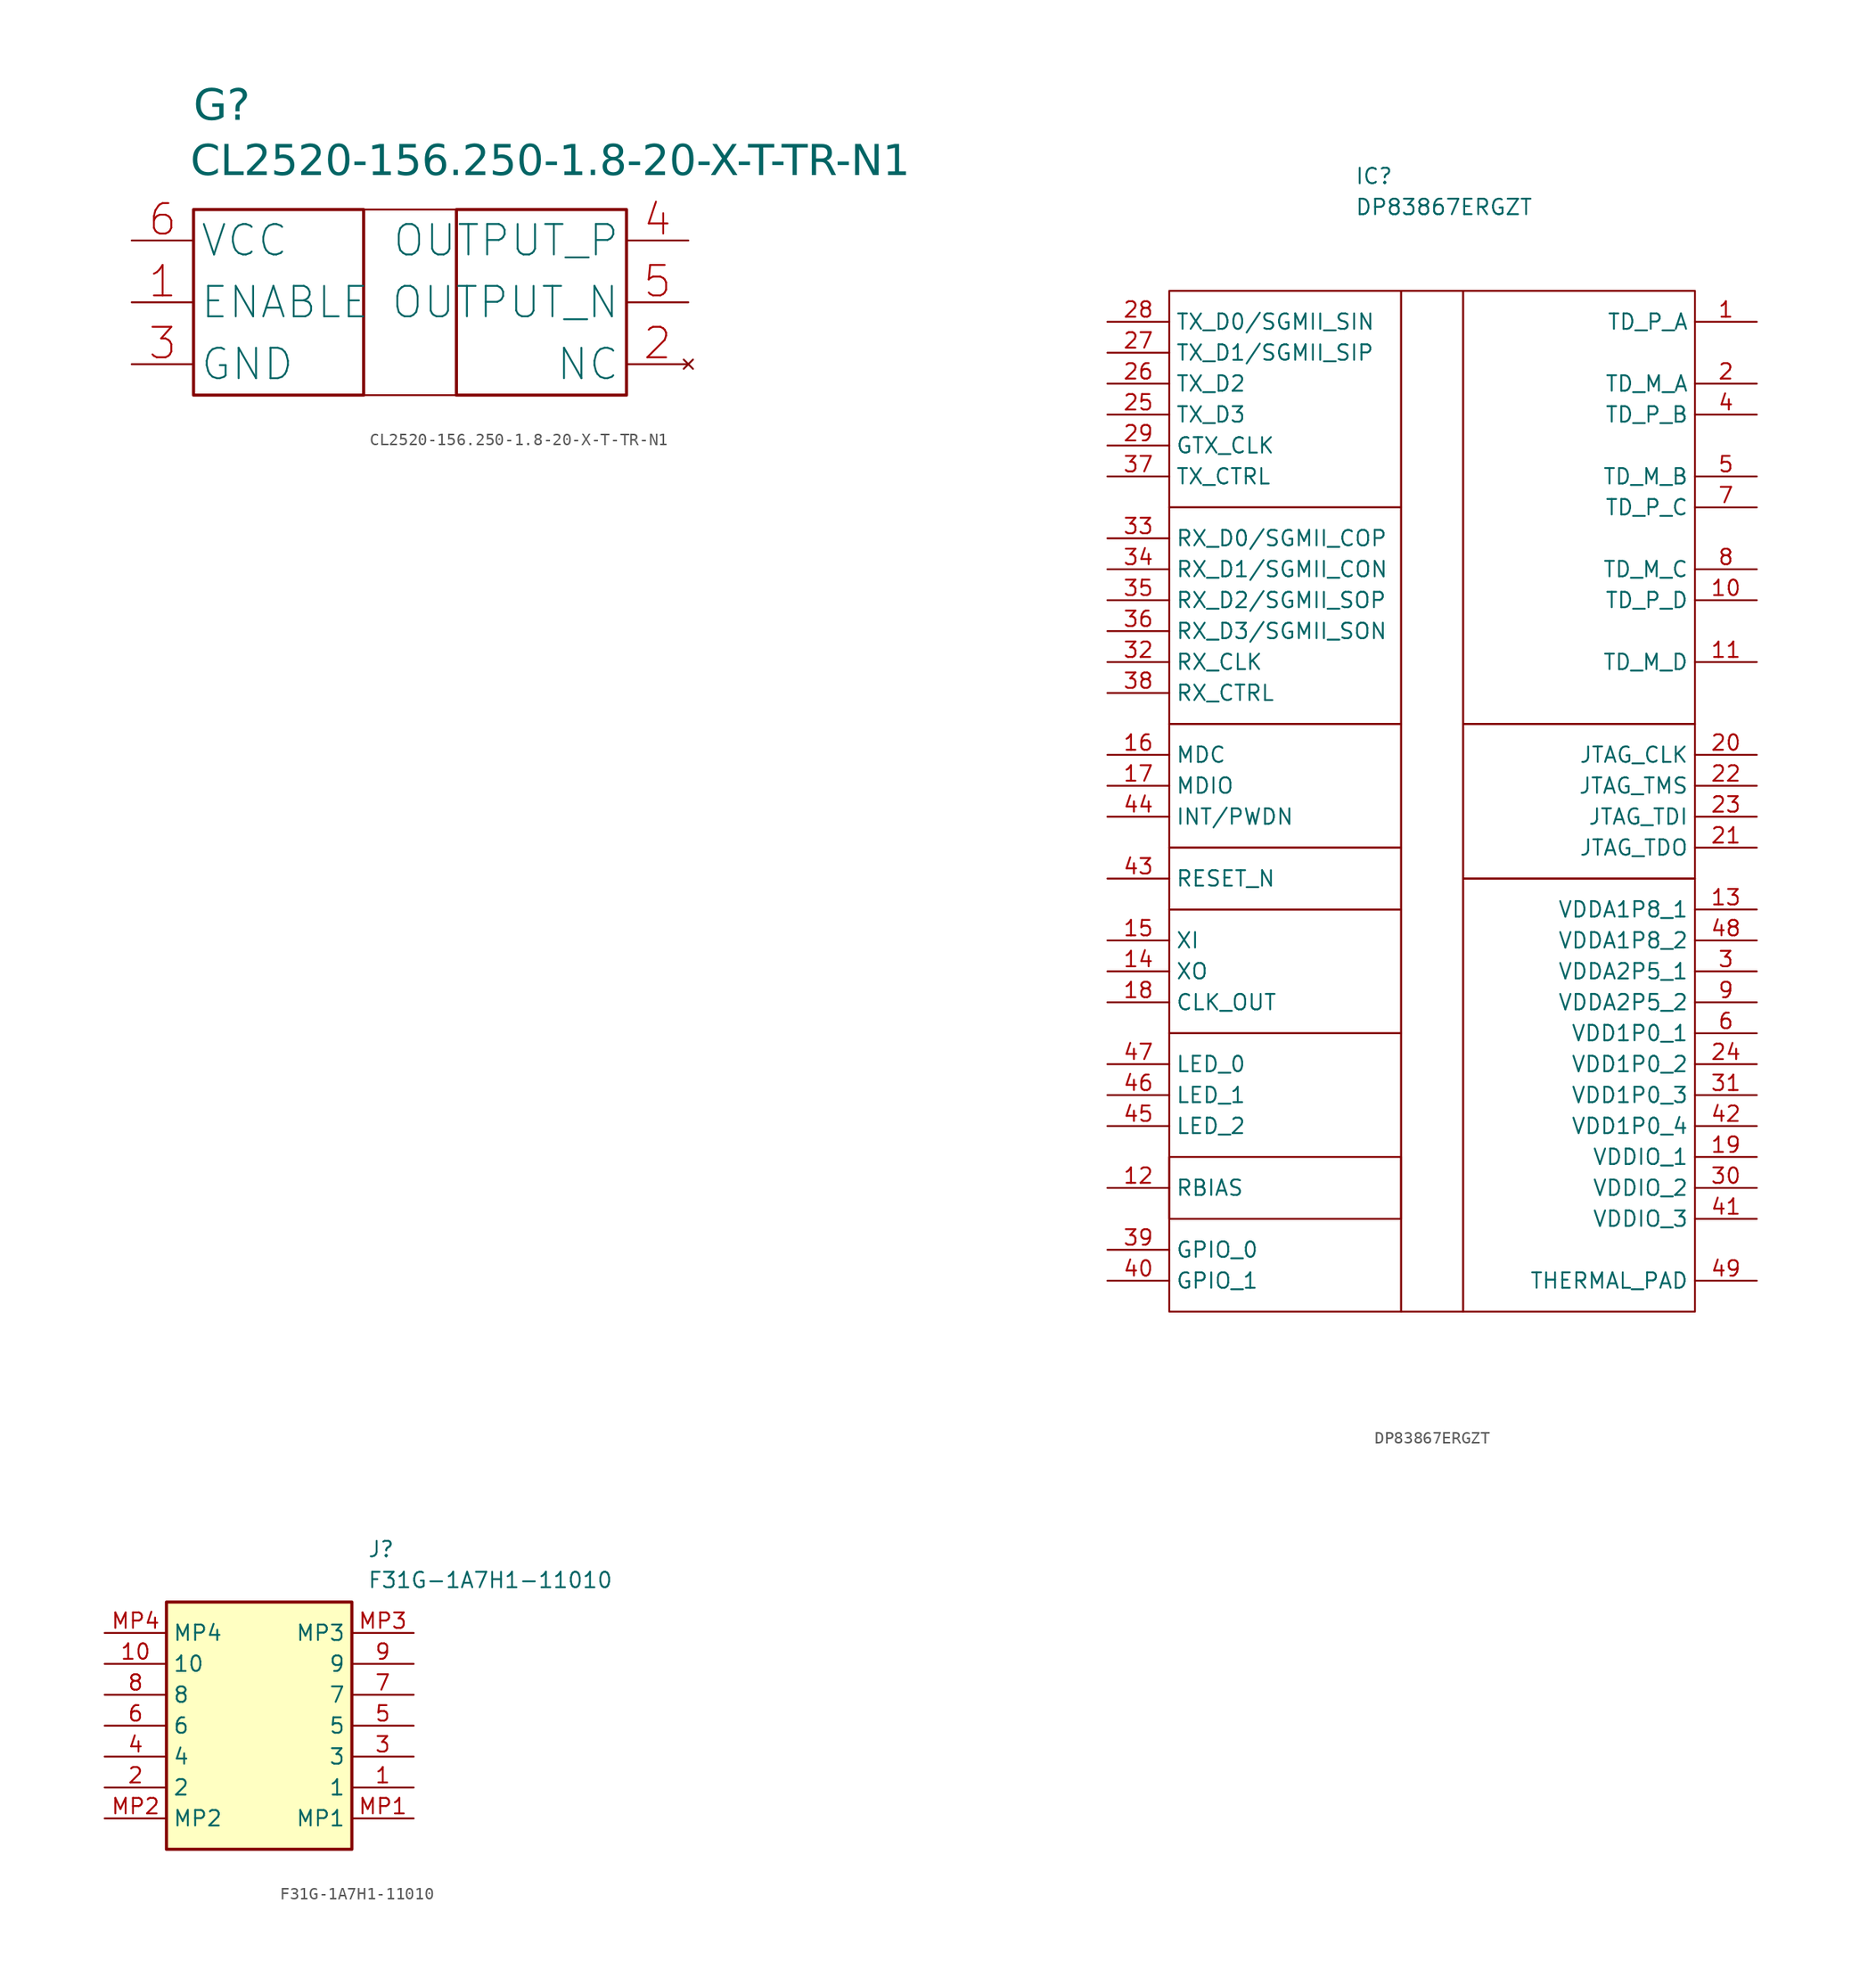
<source format=kicad_sym>
(kicad_symbol_lib
  (version 20241209)
  (generator "kicad_symbol_editor")
  (generator_version "9.0")
  (symbol "CL2520-156.250-1.8-20-X-T-TR-N1"
    (property "Reference" "G"
      (at -17.78 9.906 0)
      (effects (font (face "GOST type A") (size 2.54 2.54) (italic yes)) (justify left top)))
    (property "Value" "CL2520-156.250-1.8-20-X-T-TR-N1"
      (at -18.034 5.334 0)
      (effects (font (face "GOST type A") (size 2.5 2.5) (italic yes)) (justify left top)))
    (symbol "CL2520-156.250-1.8-20-X-T-TR-N1_0_1"
      (rectangle (start -3.81 0) (end 3.81 -15.24) (stroke (width 0) (type default)) (fill (type none))))
    (symbol "CL2520-156.250-1.8-20-X-T-TR-N1_1_1"
      (rectangle (start -17.78 0) (end -3.81 -15.24) (stroke (width 0.254) (type solid)) (fill (type none)))
      (rectangle (start 3.81 0) (end 17.78 -15.24) (stroke (width 0.254) (type solid)) (fill (type none)))
      (pin passive line (at -22.86 -2.54 0) (length 5.08) (name "VCC" (effects (font (size 2.5 2.5)))) (number "6" (effects (font (size 2.5 2.5)))))
      (pin passive line (at -22.86 -7.62 0) (length 5.08) (name "ENABLE" (effects (font (size 2.5 2.5)))) (number "1" (effects (font (size 2.5 2.5)))))
      (pin passive line (at -22.86 -12.7 0) (length 5.08) (name "GND" (effects (font (size 2.5 2.5)))) (number "3" (effects (font (size 2.5 2.5)))))
      (pin passive line (at 22.86 -2.54 180) (length 5.08) (name "OUTPUT_P" (effects (font (size 2.5 2.5)))) (number "4" (effects (font (size 2.5 2.5)))))
      (pin passive line (at 22.86 -7.62 180) (length 5.08) (name "OUTPUT_N" (effects (font (size 2.5 2.5)))) (number "5" (effects (font (size 2.5 2.5)))))
      (pin no_connect line (at 22.86 -12.7 180) (length 5.08) (name "NC" (effects (font (size 2.5 2.5)))) (number "2" (effects (font (size 2.5 2.5)))))))
  (symbol "DP83867ERGZT"
    (property "Reference" "IC"
      (at -6.35 45.72 0)
      (effects (font (size 1.27 1.27)) (justify left top)))
    (property "Value" "DP83867ERGZT"
      (at -6.35 43.18 0)
      (effects (font (size 1.27 1.27)) (justify left top)))
    (symbol "DP83867ERGZT_0_1"
      (rectangle (start -21.59 35.56) (end -2.54 17.78) (stroke (width 0) (type default)) (fill (type none)))
      (rectangle (start -21.59 17.78) (end -2.54 0) (stroke (width 0) (type default)) (fill (type none)))
      (rectangle (start -21.59 0) (end -2.54 -10.16) (stroke (width 0) (type default)) (fill (type none)))
      (rectangle (start -21.59 -10.16) (end -2.54 -15.24) (stroke (width 0) (type default)) (fill (type none)))
      (rectangle (start -21.59 -15.24) (end -2.54 -25.4) (stroke (width 0) (type default)) (fill (type none)))
      (rectangle (start -21.59 -25.4) (end -2.54 -48.26) (stroke (width 0) (type default)) (fill (type none)))
      (rectangle (start -21.59 -35.56) (end -2.54 -40.64) (stroke (width 0) (type default)) (fill (type none)))
      (rectangle (start -2.54 35.56) (end 2.54 -48.26) (stroke (width 0) (type default)) (fill (type none)))
      (rectangle (start 2.54 35.56) (end 21.59 0) (stroke (width 0) (type default)) (fill (type none)))
      (rectangle (start 2.54 0) (end 21.59 -12.7) (stroke (width 0) (type default)) (fill (type none)))
      (rectangle (start 2.54 -12.7) (end 21.59 -48.26) (stroke (width 0) (type default)) (fill (type none))))
    (symbol "DP83867ERGZT_1_1"
      (pin passive line (at -26.67 33.02 0) (length 5.08) (name "TX_D0/SGMII_SIN" (effects (font (size 1.27 1.27)))) (number "28" (effects (font (size 1.27 1.27)))))
      (pin passive line (at -26.67 30.48 0) (length 5.08) (name "TX_D1/SGMII_SIP" (effects (font (size 1.27 1.27)))) (number "27" (effects (font (size 1.27 1.27)))))
      (pin passive line (at -26.67 27.94 0) (length 5.08) (name "TX_D2" (effects (font (size 1.27 1.27)))) (number "26" (effects (font (size 1.27 1.27)))))
      (pin passive line (at -26.67 25.4 0) (length 5.08) (name "TX_D3" (effects (font (size 1.27 1.27)))) (number "25" (effects (font (size 1.27 1.27)))))
      (pin passive line (at -26.67 22.86 0) (length 5.08) (name "GTX_CLK" (effects (font (size 1.27 1.27)))) (number "29" (effects (font (size 1.27 1.27)))))
      (pin passive line (at -26.67 20.32 0) (length 5.08) (name "TX_CTRL" (effects (font (size 1.27 1.27)))) (number "37" (effects (font (size 1.27 1.27)))))
      (pin passive line (at -26.67 15.24 0) (length 5.08) (name "RX_D0/SGMII_COP" (effects (font (size 1.27 1.27)))) (number "33" (effects (font (size 1.27 1.27)))))
      (pin passive line (at -26.67 12.7 0) (length 5.08) (name "RX_D1/SGMII_CON" (effects (font (size 1.27 1.27)))) (number "34" (effects (font (size 1.27 1.27)))))
      (pin passive line (at -26.67 10.16 0) (length 5.08) (name "RX_D2/SGMII_SOP" (effects (font (size 1.27 1.27)))) (number "35" (effects (font (size 1.27 1.27)))))
      (pin passive line (at -26.67 7.62 0) (length 5.08) (name "RX_D3/SGMII_SON" (effects (font (size 1.27 1.27)))) (number "36" (effects (font (size 1.27 1.27)))))
      (pin passive line (at -26.67 5.08 0) (length 5.08) (name "RX_CLK" (effects (font (size 1.27 1.27)))) (number "32" (effects (font (size 1.27 1.27)))))
      (pin passive line (at -26.67 2.54 0) (length 5.08) (name "RX_CTRL" (effects (font (size 1.27 1.27)))) (number "38" (effects (font (size 1.27 1.27)))))
      (pin passive line (at -26.67 -2.54 0) (length 5.08) (name "MDC" (effects (font (size 1.27 1.27)))) (number "16" (effects (font (size 1.27 1.27)))))
      (pin passive line (at -26.67 -5.08 0) (length 5.08) (name "MDIO" (effects (font (size 1.27 1.27)))) (number "17" (effects (font (size 1.27 1.27)))))
      (pin passive line (at -26.67 -7.62 0) (length 5.08) (name "INT/PWDN" (effects (font (size 1.27 1.27)))) (number "44" (effects (font (size 1.27 1.27)))))
      (pin passive line (at -26.67 -12.7 0) (length 5.08) (name "RESET_N" (effects (font (size 1.27 1.27)))) (number "43" (effects (font (size 1.27 1.27)))))
      (pin passive line (at -26.67 -17.78 0) (length 5.08) (name "XI" (effects (font (size 1.27 1.27)))) (number "15" (effects (font (size 1.27 1.27)))))
      (pin passive line (at -26.67 -20.32 0) (length 5.08) (name "XO" (effects (font (size 1.27 1.27)))) (number "14" (effects (font (size 1.27 1.27)))))
      (pin passive line (at -26.67 -22.86 0) (length 5.08) (name "CLK_OUT" (effects (font (size 1.27 1.27)))) (number "18" (effects (font (size 1.27 1.27)))))
      (pin passive line (at -26.67 -27.94 0) (length 5.08) (name "LED_0" (effects (font (size 1.27 1.27)))) (number "47" (effects (font (size 1.27 1.27)))))
      (pin passive line (at -26.67 -30.48 0) (length 5.08) (name "LED_1" (effects (font (size 1.27 1.27)))) (number "46" (effects (font (size 1.27 1.27)))))
      (pin passive line (at -26.67 -33.02 0) (length 5.08) (name "LED_2" (effects (font (size 1.27 1.27)))) (number "45" (effects (font (size 1.27 1.27)))))
      (pin passive line (at -26.67 -38.1 0) (length 5.08) (name "RBIAS" (effects (font (size 1.27 1.27)))) (number "12" (effects (font (size 1.27 1.27)))))
      (pin passive line (at -26.67 -43.18 0) (length 5.08) (name "GPIO_0" (effects (font (size 1.27 1.27)))) (number "39" (effects (font (size 1.27 1.27)))))
      (pin passive line (at -26.67 -45.72 0) (length 5.08) (name "GPIO_1" (effects (font (size 1.27 1.27)))) (number "40" (effects (font (size 1.27 1.27)))))
      (pin passive line (at 26.67 33.02 180) (length 5.08) (name "TD_P_A" (effects (font (size 1.27 1.27)))) (number "1" (effects (font (size 1.27 1.27)))))
      (pin passive line (at 26.67 27.94 180) (length 5.08) (name "TD_M_A" (effects (font (size 1.27 1.27)))) (number "2" (effects (font (size 1.27 1.27)))))
      (pin passive line (at 26.67 25.4 180) (length 5.08) (name "TD_P_B" (effects (font (size 1.27 1.27)))) (number "4" (effects (font (size 1.27 1.27)))))
      (pin passive line (at 26.67 20.32 180) (length 5.08) (name "TD_M_B" (effects (font (size 1.27 1.27)))) (number "5" (effects (font (size 1.27 1.27)))))
      (pin passive line (at 26.67 17.78 180) (length 5.08) (name "TD_P_C" (effects (font (size 1.27 1.27)))) (number "7" (effects (font (size 1.27 1.27)))))
      (pin passive line (at 26.67 12.7 180) (length 5.08) (name "TD_M_C" (effects (font (size 1.27 1.27)))) (number "8" (effects (font (size 1.27 1.27)))))
      (pin passive line (at 26.67 10.16 180) (length 5.08) (name "TD_P_D" (effects (font (size 1.27 1.27)))) (number "10" (effects (font (size 1.27 1.27)))))
      (pin passive line (at 26.67 5.08 180) (length 5.08) (name "TD_M_D" (effects (font (size 1.27 1.27)))) (number "11" (effects (font (size 1.27 1.27)))))
      (pin passive line (at 26.67 -2.54 180) (length 5.08) (name "JTAG_CLK" (effects (font (size 1.27 1.27)))) (number "20" (effects (font (size 1.27 1.27)))))
      (pin passive line (at 26.67 -5.08 180) (length 5.08) (name "JTAG_TMS" (effects (font (size 1.27 1.27)))) (number "22" (effects (font (size 1.27 1.27)))))
      (pin passive line (at 26.67 -7.62 180) (length 5.08) (name "JTAG_TDI" (effects (font (size 1.27 1.27)))) (number "23" (effects (font (size 1.27 1.27)))))
      (pin passive line (at 26.67 -10.16 180) (length 5.08) (name "JTAG_TDO" (effects (font (size 1.27 1.27)))) (number "21" (effects (font (size 1.27 1.27)))))
      (pin passive line (at 26.67 -15.24 180) (length 5.08) (name "VDDA1P8_1" (effects (font (size 1.27 1.27)))) (number "13" (effects (font (size 1.27 1.27)))))
      (pin passive line (at 26.67 -17.78 180) (length 5.08) (name "VDDA1P8_2" (effects (font (size 1.27 1.27)))) (number "48" (effects (font (size 1.27 1.27)))))
      (pin passive line (at 26.67 -20.32 180) (length 5.08) (name "VDDA2P5_1" (effects (font (size 1.27 1.27)))) (number "3" (effects (font (size 1.27 1.27)))))
      (pin passive line (at 26.67 -22.86 180) (length 5.08) (name "VDDA2P5_2" (effects (font (size 1.27 1.27)))) (number "9" (effects (font (size 1.27 1.27)))))
      (pin passive line (at 26.67 -25.4 180) (length 5.08) (name "VDD1P0_1" (effects (font (size 1.27 1.27)))) (number "6" (effects (font (size 1.27 1.27)))))
      (pin passive line (at 26.67 -27.94 180) (length 5.08) (name "VDD1P0_2" (effects (font (size 1.27 1.27)))) (number "24" (effects (font (size 1.27 1.27)))))
      (pin passive line (at 26.67 -30.48 180) (length 5.08) (name "VDD1P0_3" (effects (font (size 1.27 1.27)))) (number "31" (effects (font (size 1.27 1.27)))))
      (pin passive line (at 26.67 -33.02 180) (length 5.08) (name "VDD1P0_4" (effects (font (size 1.27 1.27)))) (number "42" (effects (font (size 1.27 1.27)))))
      (pin passive line (at 26.67 -35.56 180) (length 5.08) (name "VDDIO_1" (effects (font (size 1.27 1.27)))) (number "19" (effects (font (size 1.27 1.27)))))
      (pin passive line (at 26.67 -38.1 180) (length 5.08) (name "VDDIO_2" (effects (font (size 1.27 1.27)))) (number "30" (effects (font (size 1.27 1.27)))))
      (pin passive line (at 26.67 -40.64 180) (length 5.08) (name "VDDIO_3" (effects (font (size 1.27 1.27)))) (number "41" (effects (font (size 1.27 1.27)))))
      (pin passive line (at 26.67 -45.72 180) (length 5.08) (name "THERMAL_PAD" (effects (font (size 1.27 1.27)))) (number "49" (effects (font (size 1.27 1.27)))))))
  (symbol "F31G-1A7H1-11010"
    (property "Reference" "J"
      (at 21.59 7.62 0)
      (effects (font (size 1.27 1.27)) (justify left top)))
    (property "Value" "F31G-1A7H1-11010"
      (at 21.59 5.08 0)
      (effects (font (size 1.27 1.27)) (justify left top)))
    (symbol "F31G-1A7H1-11010_1_1"
      (rectangle (start 5.08 2.54) (end 20.32 -17.78) (stroke (width 0.254) (type default)) (fill (type background)))
      (pin passive line (at 0 0 0) (length 5.08) (name "MP4" (effects (font (size 1.27 1.27)))) (number "MP4" (effects (font (size 1.27 1.27)))))
      (pin passive line (at 0 -2.54 0) (length 5.08) (name "10" (effects (font (size 1.27 1.27)))) (number "10" (effects (font (size 1.27 1.27)))))
      (pin passive line (at 0 -5.08 0) (length 5.08) (name "8" (effects (font (size 1.27 1.27)))) (number "8" (effects (font (size 1.27 1.27)))))
      (pin passive line (at 0 -7.62 0) (length 5.08) (name "6" (effects (font (size 1.27 1.27)))) (number "6" (effects (font (size 1.27 1.27)))))
      (pin passive line (at 0 -10.16 0) (length 5.08) (name "4" (effects (font (size 1.27 1.27)))) (number "4" (effects (font (size 1.27 1.27)))))
      (pin passive line (at 0 -12.7 0) (length 5.08) (name "2" (effects (font (size 1.27 1.27)))) (number "2" (effects (font (size 1.27 1.27)))))
      (pin passive line (at 0 -15.24 0) (length 5.08) (name "MP2" (effects (font (size 1.27 1.27)))) (number "MP2" (effects (font (size 1.27 1.27)))))
      (pin passive line (at 25.4 0 180) (length 5.08) (name "MP3" (effects (font (size 1.27 1.27)))) (number "MP3" (effects (font (size 1.27 1.27)))))
      (pin passive line (at 25.4 -2.54 180) (length 5.08) (name "9" (effects (font (size 1.27 1.27)))) (number "9" (effects (font (size 1.27 1.27)))))
      (pin passive line (at 25.4 -5.08 180) (length 5.08) (name "7" (effects (font (size 1.27 1.27)))) (number "7" (effects (font (size 1.27 1.27)))))
      (pin passive line (at 25.4 -7.62 180) (length 5.08) (name "5" (effects (font (size 1.27 1.27)))) (number "5" (effects (font (size 1.27 1.27)))))
      (pin passive line (at 25.4 -10.16 180) (length 5.08) (name "3" (effects (font (size 1.27 1.27)))) (number "3" (effects (font (size 1.27 1.27)))))
      (pin passive line (at 25.4 -12.7 180) (length 5.08) (name "1" (effects (font (size 1.27 1.27)))) (number "1" (effects (font (size 1.27 1.27)))))
      (pin passive line (at 25.4 -15.24 180) (length 5.08) (name "MP1" (effects (font (size 1.27 1.27)))) (number "MP1" (effects (font (size 1.27 1.27))))))))
</source>
